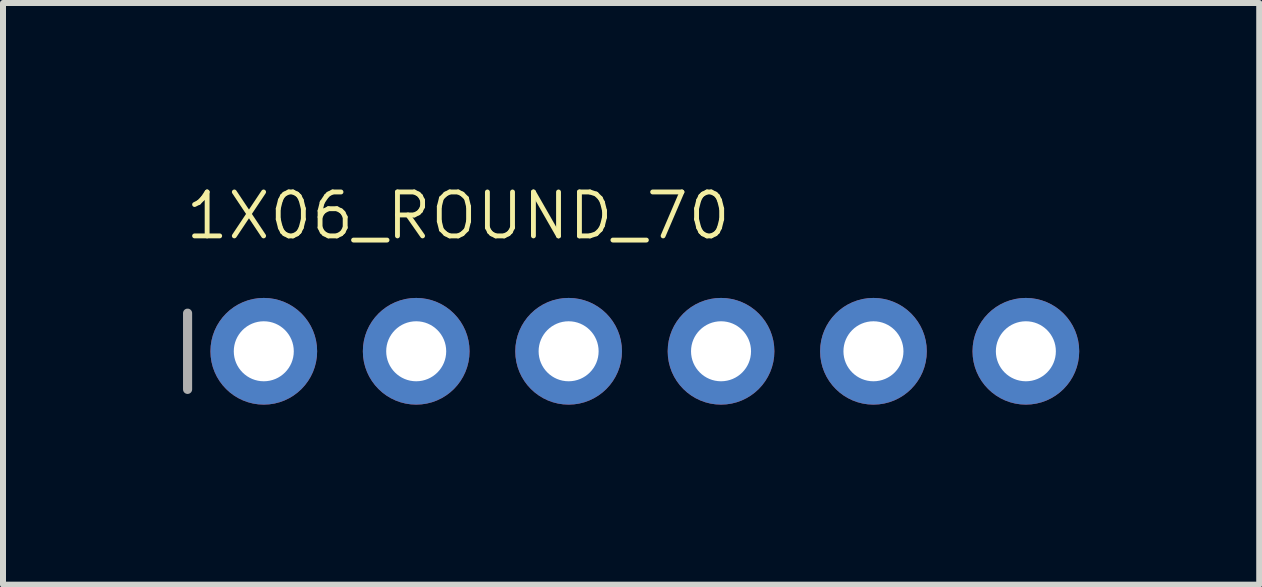
<source format=kicad_pcb>
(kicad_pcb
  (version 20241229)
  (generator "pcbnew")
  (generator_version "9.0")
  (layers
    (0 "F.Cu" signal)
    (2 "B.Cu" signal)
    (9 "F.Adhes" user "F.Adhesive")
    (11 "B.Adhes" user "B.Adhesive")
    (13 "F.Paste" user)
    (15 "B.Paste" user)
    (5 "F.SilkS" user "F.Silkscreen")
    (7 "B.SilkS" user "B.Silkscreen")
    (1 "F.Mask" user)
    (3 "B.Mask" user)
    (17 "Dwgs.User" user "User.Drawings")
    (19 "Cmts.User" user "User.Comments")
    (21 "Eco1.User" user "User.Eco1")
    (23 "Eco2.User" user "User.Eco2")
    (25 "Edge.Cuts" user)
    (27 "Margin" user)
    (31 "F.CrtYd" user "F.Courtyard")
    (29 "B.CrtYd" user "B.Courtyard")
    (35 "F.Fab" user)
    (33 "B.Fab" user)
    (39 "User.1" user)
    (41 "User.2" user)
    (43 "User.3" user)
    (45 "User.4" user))
  (footprint "1X06_ROUND_70"
    (layer "F.Cu")
    (at 7.696 2.804)
    (property "Reference" "1X06_ROUND_70" (at -7.696 -1.829 0) (unlocked yes) (layer "F.SilkS") (effects (font (size 0.732 0.732) (thickness 0.081)) (justify left bottom)))
    (fp_line (start -7.62 -0.635) (end -7.62 0.635) (stroke (width 0.152) (type solid)) (layer "F.Fab"))
    (fp_poly (pts (xy -6.604 0.254) (xy -6.096 0.254) (xy -6.096 -0.254) (xy -6.604 -0.254)) (stroke (width 0.1) (type default)) (fill no) (layer "F.Fab"))
    (fp_poly (pts (xy -4.064 0.254) (xy -3.556 0.254) (xy -3.556 -0.254) (xy -4.064 -0.254)) (stroke (width 0.1) (type default)) (fill no) (layer "F.Fab"))
    (fp_poly (pts (xy -1.524 0.254) (xy -1.016 0.254) (xy -1.016 -0.254) (xy -1.524 -0.254)) (stroke (width 0.1) (type default)) (fill no) (layer "F.Fab"))
    (fp_poly (pts (xy 1.016 0.254) (xy 1.524 0.254) (xy 1.524 -0.254) (xy 1.016 -0.254)) (stroke (width 0.1) (type default)) (fill no) (layer "F.Fab"))
    (fp_poly (pts (xy 3.556 0.254) (xy 4.064 0.254) (xy 4.064 -0.254) (xy 3.556 -0.254)) (stroke (width 0.1) (type default)) (fill no) (layer "F.Fab"))
    (fp_poly (pts (xy 6.096 0.254) (xy 6.604 0.254) (xy 6.604 -0.254) (xy 6.096 -0.254)) (stroke (width 0.1) (type default)) (fill no) (layer "F.Fab"))
    (pad "1" thru_hole circle (at -6.35 0 90) (size 1.778 1.778) (drill 1) (layers "*.Cu" "*.Mask"))
    (pad "2" thru_hole circle (at -3.81 0 90) (size 1.778 1.778) (drill 1) (layers "*.Cu" "*.Mask"))
    (pad "3" thru_hole circle (at -1.27 0 90) (size 1.778 1.778) (drill 1) (layers "*.Cu" "*.Mask"))
    (pad "4" thru_hole circle (at 1.27 0 90) (size 1.778 1.778) (drill 1) (layers "*.Cu" "*.Mask"))
    (pad "5" thru_hole circle (at 3.81 0 90) (size 1.778 1.778) (drill 1) (layers "*.Cu" "*.Mask"))
    (pad "6" thru_hole circle (at 6.35 0 90) (size 1.778 1.778) (drill 1) (layers "*.Cu" "*.Mask")))
  (gr_rect
    (start -3 -3)
    (end 17.935 6.693)
    (stroke (width 0.1) (type default))
    (fill no)
    (layer "Edge.Cuts")))
</source>
